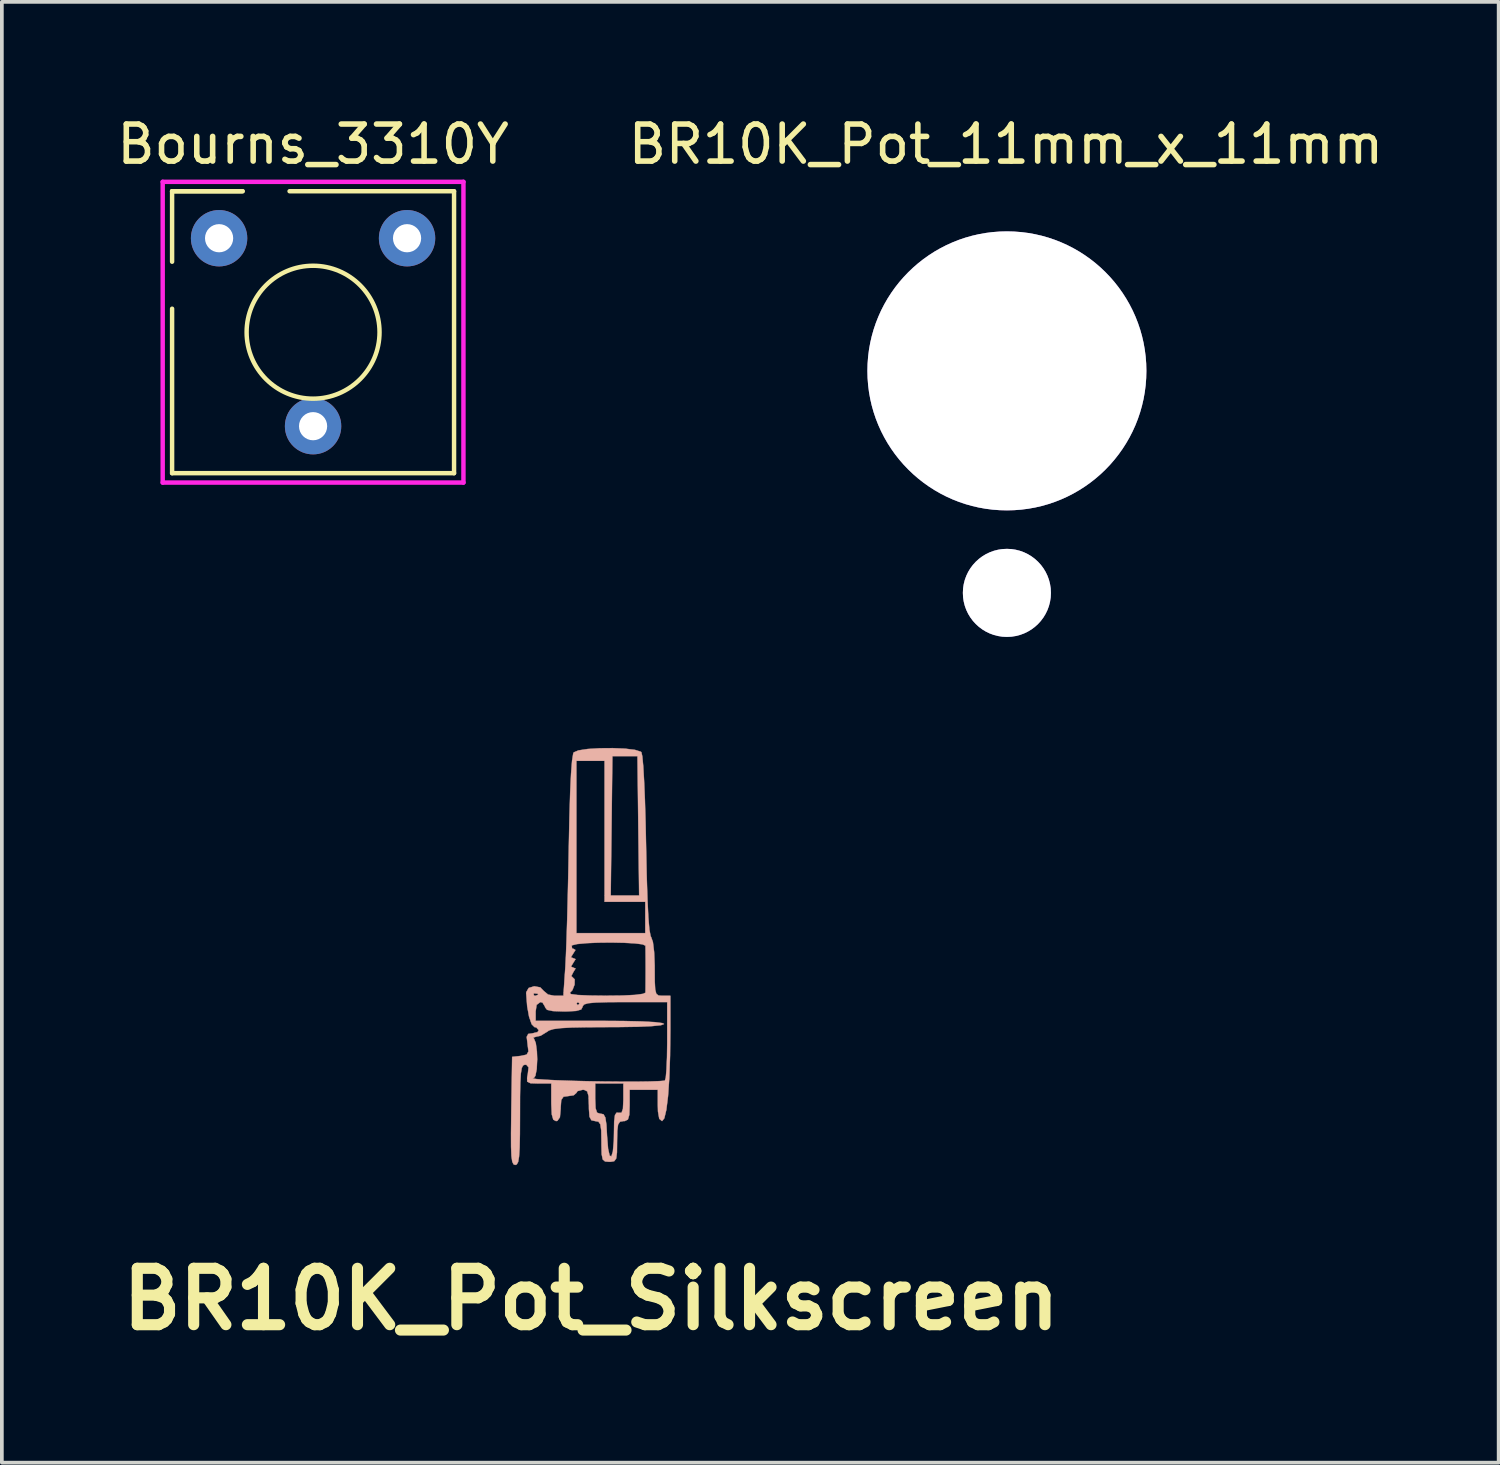
<source format=kicad_pcb>
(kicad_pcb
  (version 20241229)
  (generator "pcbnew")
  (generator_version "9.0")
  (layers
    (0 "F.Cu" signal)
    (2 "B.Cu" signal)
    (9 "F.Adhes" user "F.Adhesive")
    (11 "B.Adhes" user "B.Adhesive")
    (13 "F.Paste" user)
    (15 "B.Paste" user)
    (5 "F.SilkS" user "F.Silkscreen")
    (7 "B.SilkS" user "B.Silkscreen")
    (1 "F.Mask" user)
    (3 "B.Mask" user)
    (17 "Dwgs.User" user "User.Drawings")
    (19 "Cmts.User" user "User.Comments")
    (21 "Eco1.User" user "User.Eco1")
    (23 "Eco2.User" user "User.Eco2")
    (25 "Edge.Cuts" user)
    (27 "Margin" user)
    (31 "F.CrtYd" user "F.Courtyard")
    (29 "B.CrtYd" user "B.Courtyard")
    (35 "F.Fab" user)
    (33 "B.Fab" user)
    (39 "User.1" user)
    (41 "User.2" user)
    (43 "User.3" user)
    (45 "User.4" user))
  (footprint "Bourns_3310Y"
    (layer "F.Cu")
    (at 5.411 5.928)
    (property "Reference" "Bourns_3310Y" (at 0 -5.08 0) (layer "F.SilkS") (effects (font (size 1 1) (thickness 0.15))))
    (attr through_hole)
    (fp_line (start -3.81 -3.81) (end -3.81 -1.905) (stroke (width 0.12) (type solid)) (layer "F.SilkS"))
    (fp_line (start -3.81 -3.81) (end -1.905 -3.81) (stroke (width 0.12) (type solid)) (layer "F.SilkS"))
    (fp_line (start -3.81 -0.635) (end -3.81 3.81) (stroke (width 0.12) (type solid)) (layer "F.SilkS"))
    (fp_line (start -1.905 -3.81) (end -3.81 -3.81) (stroke (width 0.12) (type solid)) (layer "F.SilkS"))
    (fp_line (start -0.635 -3.81) (end 3.81 -3.81) (stroke (width 0.12) (type solid)) (layer "F.SilkS"))
    (fp_line (start 3.81 -3.81) (end 3.81 3.81) (stroke (width 0.12) (type solid)) (layer "F.SilkS"))
    (fp_line (start 3.81 3.81) (end -3.81 3.81) (stroke (width 0.12) (type solid)) (layer "F.SilkS"))
    (fp_circle (center 0 0) (end 1.27 -1.27) (stroke (width 0.12) (type solid)) (fill no) (layer "F.SilkS"))
    (fp_line (start -4.064 -4.064) (end 4.064 -4.064) (stroke (width 0.12) (type solid)) (layer "F.CrtYd"))
    (fp_line (start -4.064 4.064) (end -4.064 -4.064) (stroke (width 0.12) (type solid)) (layer "F.CrtYd"))
    (fp_line (start 4.064 -4.064) (end 4.064 4.064) (stroke (width 0.12) (type solid)) (layer "F.CrtYd"))
    (fp_line (start 4.064 4.064) (end -4.064 4.064) (stroke (width 0.12) (type solid)) (layer "F.CrtYd"))
    (pad "1" thru_hole circle (at -2.54 -2.54) (size 1.524 1.524) (drill 0.762) (layers "*.Cu" "*.Mask"))
    (pad "2" thru_hole circle (at 0 2.54) (size 1.524 1.524) (drill 0.762) (layers "*.Cu" "*.Mask"))
    (pad "3" thru_hole circle (at 2.54 -2.54) (size 1.524 1.524) (drill 0.762) (layers "*.Cu" "*.Mask")))
  (footprint "BR10K_Pot_Silkscreen"
    (layer "F.Cu")
    (at 12.95 22.761)
    (property "Reference" "BR10K_Pot_Silkscreen" (at -0.025 9.3 0) (layer "F.SilkS") (effects (font (size 1.524 1.524) (thickness 0.3))))
    (attr through_hole)
    (fp_poly (pts (xy 0.894 -5.578) (xy 1.162 -5.545) (xy 1.319 -5.495) (xy 1.334 -5.482) (xy 1.359 -5.369) (xy 1.384 -5.104) (xy 1.407 -4.707) (xy 1.429 -4.194) (xy 1.447 -3.584) (xy 1.46 -2.979) (xy 1.477 -2.161) (xy 1.498 -1.509) (xy 1.522 -1.019) (xy 1.55 -0.688) (xy 1.583 -0.513) (xy 1.597 -0.486) (xy 1.645 -0.353) (xy 1.678 -0.084) (xy 1.693 0.285) (xy 1.693 0.356) (xy 1.695 0.711) (xy 1.707 0.931) (xy 1.737 1.047) (xy 1.797 1.093) (xy 1.894 1.101) (xy 1.905 1.101) (xy 2.117 1.101) (xy 2.117 2.019) (xy 2.109 2.716) (xy 2.088 3.319) (xy 2.054 3.813) (xy 2.008 4.182) (xy 1.953 4.412) (xy 1.892 4.487) (xy 1.817 4.425) (xy 1.782 4.225) (xy 1.778 4.064) (xy 1.778 3.641) (xy 1.016 3.641) (xy 1.016 4.064) (xy 1.007 4.318) (xy 0.969 4.445) (xy 0.886 4.486) (xy 0.847 4.487) (xy 0.755 4.504) (xy 0.704 4.581) (xy 0.682 4.754) (xy 0.677 5.038) (xy 0.674 5.334) (xy 0.653 5.498) (xy 0.6 5.57) (xy 0.5 5.588) (xy 0.466 5.588) (xy 0.352 5.578) (xy 0.289 5.524) (xy 0.261 5.386) (xy 0.254 5.128) (xy 0.254 5.038) (xy 0.249 4.74) (xy 0.225 4.574) (xy 0.172 4.502) (xy 0.085 4.487) (xy -0.017 4.465) (xy -0.068 4.37) (xy -0.084 4.162) (xy -0.085 4.064) (xy -0.094 3.81) (xy -0.131 3.683) (xy -0.215 3.642) (xy -0.254 3.641) (xy -0.392 3.676) (xy -0.423 3.725) (xy -0.496 3.789) (xy -0.635 3.81) (xy -0.771 3.828) (xy -0.832 3.916) (xy -0.847 4.119) (xy -0.847 4.149) (xy -0.868 4.384) (xy -0.937 4.481) (xy -0.974 4.487) (xy -1.047 4.448) (xy -1.087 4.31) (xy -1.1 4.041) (xy -1.101 3.979) (xy -1.101 3.471) (xy 0.085 3.471) (xy 0.085 3.885) (xy 0.095 4.137) (xy 0.135 4.259) (xy 0.22 4.288) (xy 0.233 4.287) (xy 0.311 4.304) (xy 0.36 4.392) (xy 0.389 4.585) (xy 0.406 4.892) (xy 0.434 5.237) (xy 0.476 5.419) (xy 0.522 5.442) (xy 0.563 5.31) (xy 0.589 5.026) (xy 0.593 4.812) (xy 0.598 4.498) (xy 0.62 4.324) (xy 0.665 4.258) (xy 0.72 4.264) (xy 0.797 4.262) (xy 0.835 4.157) (xy 0.847 3.919) (xy 0.847 3.892) (xy 0.847 3.471) (xy 0.085 3.471) (xy -1.101 3.471) (xy -1.446 3.471) (xy -1.664 3.464) (xy -1.753 3.42) (xy -1.753 3.333) (xy -1.607 3.333) (xy -1.503 3.351) (xy -1.28 3.368) (xy -0.962 3.384) (xy -0.574 3.398) (xy -0.142 3.409) (xy 0.31 3.417) (xy 0.756 3.421) (xy 1.172 3.422) (xy 1.534 3.417) (xy 1.815 3.407) (xy 1.968 3.395) (xy 1.993 3.312) (xy 2.012 3.093) (xy 2.026 2.769) (xy 2.032 2.373) (xy 2.032 2.328) (xy 2.032 1.27) (xy 0.889 1.27) (xy 0.421 1.273) (xy 0.097 1.283) (xy -0.107 1.302) (xy -0.215 1.335) (xy -0.253 1.383) (xy -0.254 1.397) (xy -0.293 1.471) (xy -0.431 1.51) (xy -0.701 1.524) (xy -0.762 1.524) (xy -1.057 1.514) (xy -1.215 1.48) (xy -1.269 1.412) (xy -1.27 1.397) (xy -1.321 1.312) (xy -0.423 1.312) (xy -0.381 1.355) (xy -0.339 1.312) (xy -0.381 1.27) (xy -0.423 1.312) (xy -1.321 1.312) (xy -1.338 1.285) (xy -1.397 1.27) (xy -1.498 1.346) (xy -1.524 1.524) (xy -1.524 1.778) (xy 0.212 1.778) (xy 0.844 1.782) (xy 1.343 1.794) (xy 1.698 1.813) (xy 1.901 1.839) (xy 1.947 1.863) (xy 1.865 1.895) (xy 1.624 1.92) (xy 1.237 1.938) (xy 0.715 1.946) (xy 0.429 1.947) (xy -0.135 1.95) (xy -0.554 1.958) (xy -0.85 1.975) (xy -1.045 2.001) (xy -1.164 2.038) (xy -1.216 2.074) (xy -1.391 2.181) (xy -1.497 2.203) (xy -1.587 2.229) (xy -1.566 2.266) (xy -1.52 2.379) (xy -1.49 2.605) (xy -1.482 2.815) (xy -1.495 3.079) (xy -1.53 3.261) (xy -1.566 3.315) (xy -1.607 3.333) (xy -1.753 3.333) (xy -1.753 3.302) (xy -1.736 3.217) (xy -1.715 3.035) (xy -1.773 2.967) (xy -1.814 2.963) (xy -1.864 2.982) (xy -1.9 3.054) (xy -1.924 3.203) (xy -1.939 3.452) (xy -1.946 3.824) (xy -1.947 4.318) (xy -1.949 4.832) (xy -1.957 5.201) (xy -1.972 5.446) (xy -1.997 5.591) (xy -2.035 5.658) (xy -2.076 5.673) (xy -2.123 5.653) (xy -2.157 5.58) (xy -2.178 5.43) (xy -2.188 5.181) (xy -2.189 4.811) (xy -2.183 4.297) (xy -2.182 4.212) (xy -2.159 2.752) (xy -1.923 2.725) (xy -1.768 2.691) (xy -1.718 2.605) (xy -1.742 2.411) (xy -1.742 2.407) (xy -1.766 2.212) (xy -1.724 2.131) (xy -1.618 2.117) (xy -1.475 2.083) (xy -1.439 2.032) (xy -1.507 1.955) (xy -1.555 1.947) (xy -1.631 1.87) (xy -1.701 1.668) (xy -1.753 1.384) (xy -1.777 1.064) (xy -1.778 1.044) (xy -1.58 1.044) (xy -1.569 1.095) (xy -1.524 1.101) (xy -1.454 1.07) (xy -1.468 1.044) (xy -1.568 1.034) (xy -1.58 1.044) (xy -1.778 1.044) (xy -1.778 1.004) (xy -1.712 0.889) (xy -1.562 0.844) (xy -1.4 0.873) (xy -1.301 0.974) (xy -1.187 1.068) (xy -1.013 1.101) (xy -0.774 1.101) (xy -0.769 1.021) (xy -0.599 1.021) (xy -0.574 1.054) (xy -0.392 1.079) (xy -0.062 1.094) (xy 0.36 1.099) (xy 0.823 1.094) (xy 1.171 1.076) (xy 1.383 1.047) (xy 1.444 1.016) (xy 1.446 0.892) (xy 1.448 0.653) (xy 1.449 0.381) (xy 1.448 0.084) (xy 1.446 -0.147) (xy 1.444 -0.254) (xy 1.364 -0.29) (xy 1.155 -0.316) (xy 0.858 -0.332) (xy 0.513 -0.339) (xy 0.16 -0.335) (xy -0.16 -0.321) (xy -0.406 -0.297) (xy -0.54 -0.264) (xy -0.55 -0.254) (xy -0.538 -0.176) (xy -0.503 -0.169) (xy -0.448 -0.137) (xy -0.508 -0.042) (xy -0.571 0.059) (xy -0.508 0.085) (xy -0.508 0.085) (xy -0.445 0.11) (xy -0.508 0.211) (xy -0.508 0.212) (xy -0.571 0.313) (xy -0.508 0.339) (xy -0.508 0.339) (xy -0.445 0.364) (xy -0.508 0.465) (xy -0.508 0.466) (xy -0.56 0.568) (xy -0.533 0.593) (xy -0.469 0.656) (xy -0.472 0.799) (xy -0.531 0.95) (xy -0.599 1.021) (xy -0.769 1.021) (xy -0.721 0.318) (xy -0.706 0.024) (xy -0.689 -0.409) (xy -0.672 -0.948) (xy -0.656 -1.564) (xy -0.641 -2.225) (xy -0.628 -2.899) (xy -0.628 -2.915) (xy -0.611 -3.724) (xy -0.591 -4.387) (xy -0.567 -4.898) (xy -0.54 -5.249) (xy -0.423 -5.249) (xy -0.423 -0.593) (xy 1.439 -0.593) (xy 1.439 -1.439) (xy 0.339 -1.439) (xy 0.339 -1.609) (xy 0.505 -1.609) (xy 1.273 -1.609) (xy 1.25 -3.493) (xy 1.228 -5.376) (xy 0.55 -5.376) (xy 0.528 -3.493) (xy 0.505 -1.609) (xy 0.339 -1.609) (xy 0.339 -5.249) (xy -0.423 -5.249) (xy -0.54 -5.249) (xy -0.539 -5.253) (xy -0.509 -5.445) (xy -0.495 -5.477) (xy -0.367 -5.531) (xy -0.117 -5.569) (xy 0.208 -5.589) (xy 0.56 -5.592) (xy 0.894 -5.578)) (stroke (width 0.01) (type solid)) (fill yes) (layer "B.SilkS")))
  (footprint "BR10K_Pot_11mm_x_11mm"
    (layer "F.Cu")
    (at 24.162 6.973)
    (property "Reference" "BR10K_Pot_11mm_x_11mm" (at -0.025 -6.125 0) (layer "F.SilkS") (effects (font (size 1 1) (thickness 0.15))))
    (attr through_hole)
    (pad "" np_thru_hole circle (at 0 0) (size 7.541 7.541) (drill 7.54) (layers "*.Cu" "*.Mask"))
    (pad "" np_thru_hole circle (at 0 6) (size 2.381 2.381) (drill 2.38) (layers "*.Cu" "*.Mask")))
  (gr_rect
    (start -3 -3)
    (end 37.452 36.479)
    (stroke (width 0.1) (type default))
    (fill no)
    (layer "Edge.Cuts")))
</source>
